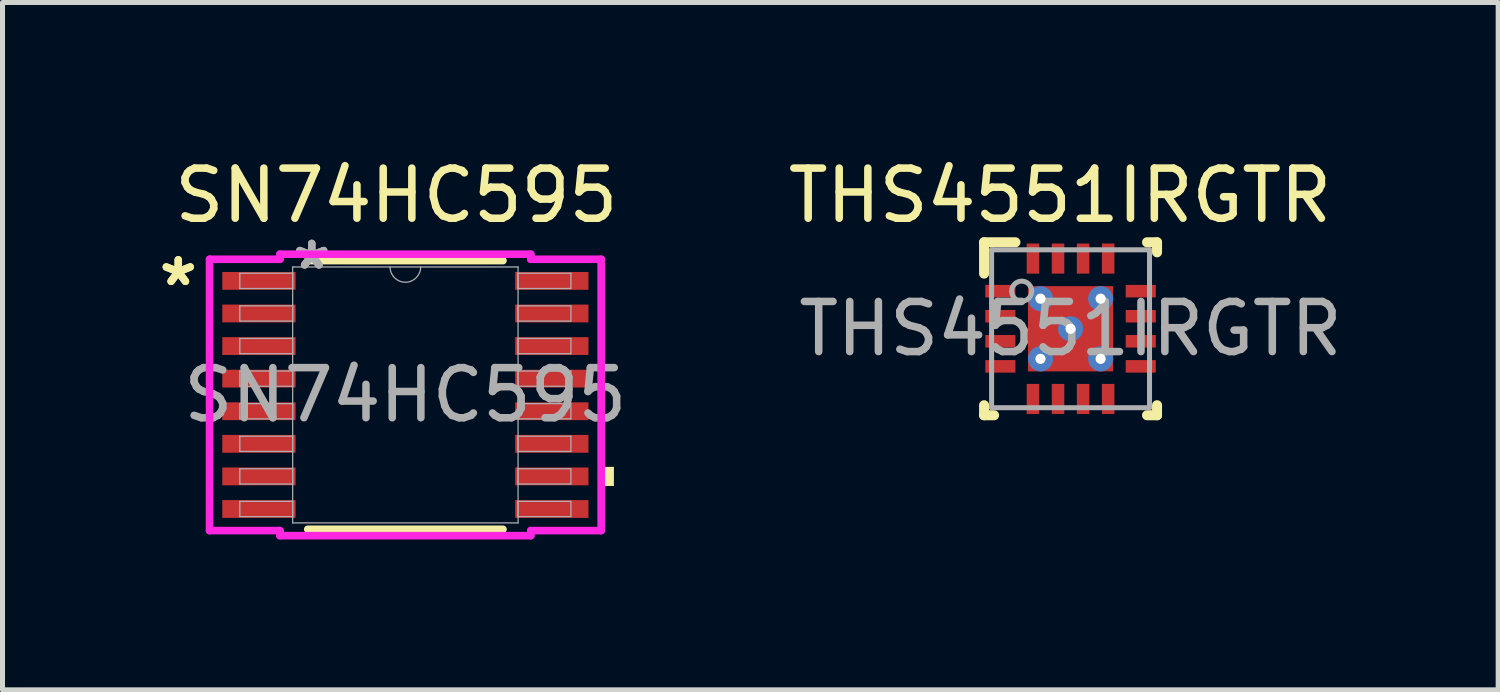
<source format=kicad_pcb>
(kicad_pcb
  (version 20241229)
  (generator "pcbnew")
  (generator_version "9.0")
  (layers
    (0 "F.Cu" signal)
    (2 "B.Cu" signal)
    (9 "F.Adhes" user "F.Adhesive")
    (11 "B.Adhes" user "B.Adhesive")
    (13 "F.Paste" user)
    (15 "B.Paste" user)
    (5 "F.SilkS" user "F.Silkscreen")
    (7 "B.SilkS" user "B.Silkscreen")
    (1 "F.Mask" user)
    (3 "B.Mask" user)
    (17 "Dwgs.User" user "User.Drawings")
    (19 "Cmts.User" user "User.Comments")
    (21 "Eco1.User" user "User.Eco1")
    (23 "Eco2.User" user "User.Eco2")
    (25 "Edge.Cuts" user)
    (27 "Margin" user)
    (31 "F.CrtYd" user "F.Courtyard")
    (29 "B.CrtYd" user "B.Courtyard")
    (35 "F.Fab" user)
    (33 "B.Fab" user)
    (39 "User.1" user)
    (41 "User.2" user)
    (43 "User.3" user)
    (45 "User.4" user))
  (footprint "THS4551IRGTR"
    (layer "F.Cu")
    (at 18.305 3.508)
    (property "Reference" "THS4551IRGTR" (at -0.21 -2.66 0) (unlocked yes) (layer "F.SilkS") (effects (font (size 1 1) (thickness 0.15))))
    (attr smd)
    (fp_line (start -1.725 -1.725) (end -1.1 -1.725) (stroke (width 0.2) (type solid)) (layer "F.SilkS"))
    (fp_line (start -1.725 -1.1) (end -1.725 -1.725) (stroke (width 0.2) (type solid)) (layer "F.SilkS"))
    (fp_line (start -1.725 1.725) (end -1.725 1.525) (stroke (width 0.2) (type solid)) (layer "F.SilkS"))
    (fp_line (start -1.725 1.725) (end -1.525 1.725) (stroke (width 0.2) (type solid)) (layer "F.SilkS"))
    (fp_line (start 1.525 -1.725) (end 1.725 -1.725) (stroke (width 0.2) (type solid)) (layer "F.SilkS"))
    (fp_line (start 1.525 1.725) (end 1.725 1.725) (stroke (width 0.2) (type solid)) (layer "F.SilkS"))
    (fp_line (start 1.725 -1.525) (end 1.725 -1.725) (stroke (width 0.2) (type solid)) (layer "F.SilkS"))
    (fp_line (start 1.725 1.725) (end 1.725 1.525) (stroke (width 0.2) (type solid)) (layer "F.SilkS"))
    (fp_poly (pts (xy -0.775 0.729) (xy -0.775 -0.729) (xy -0.774 -0.738) (xy -0.771 -0.746) (xy -0.767 -0.754) (xy -0.761 -0.761) (xy -0.754 -0.767) (xy -0.746 -0.771) (xy -0.738 -0.774) (xy -0.729 -0.775) (xy 0.729 -0.775) (xy 0.738 -0.774) (xy 0.746 -0.771) (xy 0.754 -0.767) (xy 0.761 -0.761) (xy 0.767 -0.754) (xy 0.771 -0.746) (xy 0.774 -0.738) (xy 0.775 -0.729) (xy 0.775 0.729) (xy 0.774 0.738) (xy 0.771 0.746) (xy 0.767 0.754) (xy 0.761 0.761) (xy 0.754 0.767) (xy 0.746 0.771) (xy 0.738 0.774) (xy 0.729 0.775) (xy -0.729 0.775) (xy -0.738 0.774) (xy -0.746 0.771) (xy -0.754 0.767) (xy -0.761 0.761) (xy -0.767 0.754) (xy -0.771 0.746) (xy -0.774 0.738)) (stroke (width 0) (type solid)) (fill yes) (layer "F.Paste"))
    (fp_line (start -1.575 -1.575) (end 1.575 -1.575) (stroke (width 0.1) (type solid)) (layer "F.Fab"))
    (fp_line (start -1.575 1.575) (end -1.575 -1.575) (stroke (width 0.1) (type solid)) (layer "F.Fab"))
    (fp_line (start -1.575 1.575) (end 1.575 1.575) (stroke (width 0.1) (type solid)) (layer "F.Fab"))
    (fp_line (start 1.575 1.575) (end 1.575 -1.575) (stroke (width 0.1) (type solid)) (layer "F.Fab"))
    (fp_circle (center -0.975 -0.75) (end -0.775 -0.75) (stroke (width 0.1) (type solid)) (fill no) (layer "F.Fab"))
    (fp_text user "${REFERENCE}" (at 0 0 0) (unlocked yes) (layer "F.Fab") (effects (font (size 1 1) (thickness 0.15))))
    (pad "1" smd rect (at -1.4 -0.75 90) (size 0.25 0.6) (layers "F.Cu" "F.Mask" "F.Paste"))
    (pad "2" smd rect (at -1.4 -0.25 90) (size 0.25 0.6) (layers "F.Cu" "F.Mask" "F.Paste"))
    (pad "3" smd rect (at -1.4 0.25 90) (size 0.25 0.6) (layers "F.Cu" "F.Mask" "F.Paste"))
    (pad "4" smd rect (at -1.4 0.75 90) (size 0.25 0.6) (layers "F.Cu" "F.Mask" "F.Paste"))
    (pad "5" smd rect (at -0.75 1.4) (size 0.25 0.6) (layers "F.Cu" "F.Mask" "F.Paste"))
    (pad "6" smd rect (at -0.25 1.4) (size 0.25 0.6) (layers "F.Cu" "F.Mask" "F.Paste"))
    (pad "7" smd rect (at 0.25 1.4) (size 0.25 0.6) (layers "F.Cu" "F.Mask" "F.Paste"))
    (pad "8" smd rect (at 0.75 1.4) (size 0.25 0.6) (layers "F.Cu" "F.Mask" "F.Paste"))
    (pad "9" smd rect (at 1.4 0.75 90) (size 0.25 0.6) (layers "F.Cu" "F.Mask" "F.Paste"))
    (pad "10" smd rect (at 1.4 0.25 90) (size 0.25 0.6) (layers "F.Cu" "F.Mask" "F.Paste"))
    (pad "11" smd rect (at 1.4 -0.25 90) (size 0.25 0.6) (layers "F.Cu" "F.Mask" "F.Paste"))
    (pad "12" smd rect (at 1.4 -0.75 90) (size 0.25 0.6) (layers "F.Cu" "F.Mask" "F.Paste"))
    (pad "13" smd rect (at 0.75 -1.4) (size 0.25 0.6) (layers "F.Cu" "F.Mask" "F.Paste"))
    (pad "14" smd rect (at 0.25 -1.4) (size 0.25 0.6) (layers "F.Cu" "F.Mask" "F.Paste"))
    (pad "15" smd rect (at -0.25 -1.4) (size 0.25 0.6) (layers "F.Cu" "F.Mask" "F.Paste"))
    (pad "16" smd rect (at -0.75 -1.4) (size 0.25 0.6) (layers "F.Cu" "F.Mask" "F.Paste"))
    (pad "17" smd rect (at 0.000003 0) (size 1.7 1.7) (layers "F.Cu" "F.Mask"))
    (pad "V" thru_hole circle (at -0.6 -0.6) (size 0.5 0.5) (drill 0.203) (layers "*.Cu" "*.Mask"))
    (pad "V" thru_hole circle (at -0.6 0.6) (size 0.5 0.5) (drill 0.203) (layers "*.Cu" "*.Mask"))
    (pad "V" thru_hole circle (at 0 0) (size 0.5 0.5) (drill 0.203) (layers "*.Cu" "*.Mask"))
    (pad "V" thru_hole circle (at 0.6 -0.6) (size 0.5 0.5) (drill 0.203) (layers "*.Cu" "*.Mask"))
    (pad "V" thru_hole circle (at 0.6 0.6) (size 0.5 0.5) (drill 0.203) (layers "*.Cu" "*.Mask")))
  (footprint "SN74HC595"
    (layer "F.Cu")
    (at 5.036 4.828)
    (property "Reference" "SN74HC595" (at -0.18 -3.98 0) (unlocked yes) (layer "F.SilkS") (effects (font (size 1 1) (thickness 0.15))))
    (attr smd)
    (fp_line (start -1.947 2.68) (end 1.947 2.68) (stroke (width 0.152) (type solid)) (layer "F.SilkS"))
    (fp_line (start 1.947 -2.68) (end -1.947 -2.68) (stroke (width 0.152) (type solid)) (layer "F.SilkS"))
    (fp_poly (pts (xy 4.16 1.435) (xy 4.16 1.816) (xy 3.906 1.816) (xy 3.906 1.435)) (stroke (width 0) (type solid)) (fill yes) (layer "F.SilkS"))
    (fp_line (start -3.906 -2.706) (end -2.502 -2.706) (stroke (width 0.152) (type solid)) (layer "F.CrtYd"))
    (fp_line (start -3.906 2.706) (end -3.906 -2.706) (stroke (width 0.152) (type solid)) (layer "F.CrtYd"))
    (fp_line (start -3.906 2.706) (end -2.502 2.706) (stroke (width 0.152) (type solid)) (layer "F.CrtYd"))
    (fp_line (start -2.502 -2.807) (end 2.502 -2.807) (stroke (width 0.152) (type solid)) (layer "F.CrtYd"))
    (fp_line (start -2.502 -2.706) (end -2.502 -2.807) (stroke (width 0.152) (type solid)) (layer "F.CrtYd"))
    (fp_line (start -2.502 2.807) (end -2.502 2.706) (stroke (width 0.152) (type solid)) (layer "F.CrtYd"))
    (fp_line (start 2.502 -2.807) (end 2.502 -2.706) (stroke (width 0.152) (type solid)) (layer "F.CrtYd"))
    (fp_line (start 2.502 2.706) (end 2.502 2.807) (stroke (width 0.152) (type solid)) (layer "F.CrtYd"))
    (fp_line (start 2.502 2.807) (end -2.502 2.807) (stroke (width 0.152) (type solid)) (layer "F.CrtYd"))
    (fp_line (start 3.906 -2.706) (end 2.502 -2.706) (stroke (width 0.152) (type solid)) (layer "F.CrtYd"))
    (fp_line (start 3.906 -2.706) (end 3.906 2.706) (stroke (width 0.152) (type solid)) (layer "F.CrtYd"))
    (fp_line (start 3.906 2.706) (end 2.502 2.706) (stroke (width 0.152) (type solid)) (layer "F.CrtYd"))
    (fp_line (start -3.302 -2.427) (end -3.302 -2.123) (stroke (width 0.025) (type solid)) (layer "F.Fab"))
    (fp_line (start -3.302 -2.123) (end -2.248 -2.123) (stroke (width 0.025) (type solid)) (layer "F.Fab"))
    (fp_line (start -3.302 -1.777) (end -3.302 -1.473) (stroke (width 0.025) (type solid)) (layer "F.Fab"))
    (fp_line (start -3.302 -1.473) (end -2.248 -1.473) (stroke (width 0.025) (type solid)) (layer "F.Fab"))
    (fp_line (start -3.302 -1.127) (end -3.302 -0.823) (stroke (width 0.025) (type solid)) (layer "F.Fab"))
    (fp_line (start -3.302 -0.823) (end -2.248 -0.823) (stroke (width 0.025) (type solid)) (layer "F.Fab"))
    (fp_line (start -3.302 -0.477) (end -3.302 -0.173) (stroke (width 0.025) (type solid)) (layer "F.Fab"))
    (fp_line (start -3.302 -0.173) (end -2.248 -0.173) (stroke (width 0.025) (type solid)) (layer "F.Fab"))
    (fp_line (start -3.302 0.173) (end -3.302 0.477) (stroke (width 0.025) (type solid)) (layer "F.Fab"))
    (fp_line (start -3.302 0.477) (end -2.248 0.477) (stroke (width 0.025) (type solid)) (layer "F.Fab"))
    (fp_line (start -3.302 0.823) (end -3.302 1.127) (stroke (width 0.025) (type solid)) (layer "F.Fab"))
    (fp_line (start -3.302 1.127) (end -2.248 1.127) (stroke (width 0.025) (type solid)) (layer "F.Fab"))
    (fp_line (start -3.302 1.473) (end -3.302 1.777) (stroke (width 0.025) (type solid)) (layer "F.Fab"))
    (fp_line (start -3.302 1.777) (end -2.248 1.777) (stroke (width 0.025) (type solid)) (layer "F.Fab"))
    (fp_line (start -3.302 2.123) (end -3.302 2.427) (stroke (width 0.025) (type solid)) (layer "F.Fab"))
    (fp_line (start -3.302 2.427) (end -2.248 2.427) (stroke (width 0.025) (type solid)) (layer "F.Fab"))
    (fp_line (start -2.248 -2.553) (end -2.248 2.553) (stroke (width 0.025) (type solid)) (layer "F.Fab"))
    (fp_line (start -2.248 -2.427) (end -3.302 -2.427) (stroke (width 0.025) (type solid)) (layer "F.Fab"))
    (fp_line (start -2.248 -2.123) (end -2.248 -2.427) (stroke (width 0.025) (type solid)) (layer "F.Fab"))
    (fp_line (start -2.248 -1.777) (end -3.302 -1.777) (stroke (width 0.025) (type solid)) (layer "F.Fab"))
    (fp_line (start -2.248 -1.473) (end -2.248 -1.777) (stroke (width 0.025) (type solid)) (layer "F.Fab"))
    (fp_line (start -2.248 -1.127) (end -3.302 -1.127) (stroke (width 0.025) (type solid)) (layer "F.Fab"))
    (fp_line (start -2.248 -0.823) (end -2.248 -1.127) (stroke (width 0.025) (type solid)) (layer "F.Fab"))
    (fp_line (start -2.248 -0.477) (end -3.302 -0.477) (stroke (width 0.025) (type solid)) (layer "F.Fab"))
    (fp_line (start -2.248 -0.173) (end -2.248 -0.477) (stroke (width 0.025) (type solid)) (layer "F.Fab"))
    (fp_line (start -2.248 0.173) (end -3.302 0.173) (stroke (width 0.025) (type solid)) (layer "F.Fab"))
    (fp_line (start -2.248 0.477) (end -2.248 0.173) (stroke (width 0.025) (type solid)) (layer "F.Fab"))
    (fp_line (start -2.248 0.823) (end -3.302 0.823) (stroke (width 0.025) (type solid)) (layer "F.Fab"))
    (fp_line (start -2.248 1.127) (end -2.248 0.823) (stroke (width 0.025) (type solid)) (layer "F.Fab"))
    (fp_line (start -2.248 1.473) (end -3.302 1.473) (stroke (width 0.025) (type solid)) (layer "F.Fab"))
    (fp_line (start -2.248 1.777) (end -2.248 1.473) (stroke (width 0.025) (type solid)) (layer "F.Fab"))
    (fp_line (start -2.248 2.123) (end -3.302 2.123) (stroke (width 0.025) (type solid)) (layer "F.Fab"))
    (fp_line (start -2.248 2.427) (end -2.248 2.123) (stroke (width 0.025) (type solid)) (layer "F.Fab"))
    (fp_line (start -2.248 2.553) (end 2.248 2.553) (stroke (width 0.025) (type solid)) (layer "F.Fab"))
    (fp_line (start 2.248 -2.553) (end -2.248 -2.553) (stroke (width 0.025) (type solid)) (layer "F.Fab"))
    (fp_line (start 2.248 -2.427) (end 2.248 -2.123) (stroke (width 0.025) (type solid)) (layer "F.Fab"))
    (fp_line (start 2.248 -2.123) (end 3.302 -2.123) (stroke (width 0.025) (type solid)) (layer "F.Fab"))
    (fp_line (start 2.248 -1.777) (end 2.248 -1.473) (stroke (width 0.025) (type solid)) (layer "F.Fab"))
    (fp_line (start 2.248 -1.473) (end 3.302 -1.473) (stroke (width 0.025) (type solid)) (layer "F.Fab"))
    (fp_line (start 2.248 -1.127) (end 2.248 -0.823) (stroke (width 0.025) (type solid)) (layer "F.Fab"))
    (fp_line (start 2.248 -0.823) (end 3.302 -0.823) (stroke (width 0.025) (type solid)) (layer "F.Fab"))
    (fp_line (start 2.248 -0.477) (end 2.248 -0.173) (stroke (width 0.025) (type solid)) (layer "F.Fab"))
    (fp_line (start 2.248 -0.173) (end 3.302 -0.173) (stroke (width 0.025) (type solid)) (layer "F.Fab"))
    (fp_line (start 2.248 0.173) (end 2.248 0.477) (stroke (width 0.025) (type solid)) (layer "F.Fab"))
    (fp_line (start 2.248 0.477) (end 3.302 0.477) (stroke (width 0.025) (type solid)) (layer "F.Fab"))
    (fp_line (start 2.248 0.823) (end 2.248 1.127) (stroke (width 0.025) (type solid)) (layer "F.Fab"))
    (fp_line (start 2.248 1.127) (end 3.302 1.127) (stroke (width 0.025) (type solid)) (layer "F.Fab"))
    (fp_line (start 2.248 1.473) (end 2.248 1.777) (stroke (width 0.025) (type solid)) (layer "F.Fab"))
    (fp_line (start 2.248 1.777) (end 3.302 1.777) (stroke (width 0.025) (type solid)) (layer "F.Fab"))
    (fp_line (start 2.248 2.123) (end 2.248 2.427) (stroke (width 0.025) (type solid)) (layer "F.Fab"))
    (fp_line (start 2.248 2.427) (end 3.302 2.427) (stroke (width 0.025) (type solid)) (layer "F.Fab"))
    (fp_line (start 2.248 2.553) (end 2.248 -2.553) (stroke (width 0.025) (type solid)) (layer "F.Fab"))
    (fp_line (start 3.302 -2.427) (end 2.248 -2.427) (stroke (width 0.025) (type solid)) (layer "F.Fab"))
    (fp_line (start 3.302 -2.123) (end 3.302 -2.427) (stroke (width 0.025) (type solid)) (layer "F.Fab"))
    (fp_line (start 3.302 -1.777) (end 2.248 -1.777) (stroke (width 0.025) (type solid)) (layer "F.Fab"))
    (fp_line (start 3.302 -1.473) (end 3.302 -1.777) (stroke (width 0.025) (type solid)) (layer "F.Fab"))
    (fp_line (start 3.302 -1.127) (end 2.248 -1.127) (stroke (width 0.025) (type solid)) (layer "F.Fab"))
    (fp_line (start 3.302 -0.823) (end 3.302 -1.127) (stroke (width 0.025) (type solid)) (layer "F.Fab"))
    (fp_line (start 3.302 -0.477) (end 2.248 -0.477) (stroke (width 0.025) (type solid)) (layer "F.Fab"))
    (fp_line (start 3.302 -0.173) (end 3.302 -0.477) (stroke (width 0.025) (type solid)) (layer "F.Fab"))
    (fp_line (start 3.302 0.173) (end 2.248 0.173) (stroke (width 0.025) (type solid)) (layer "F.Fab"))
    (fp_line (start 3.302 0.477) (end 3.302 0.173) (stroke (width 0.025) (type solid)) (layer "F.Fab"))
    (fp_line (start 3.302 0.823) (end 2.248 0.823) (stroke (width 0.025) (type solid)) (layer "F.Fab"))
    (fp_line (start 3.302 1.127) (end 3.302 0.823) (stroke (width 0.025) (type solid)) (layer "F.Fab"))
    (fp_line (start 3.302 1.473) (end 2.248 1.473) (stroke (width 0.025) (type solid)) (layer "F.Fab"))
    (fp_line (start 3.302 1.777) (end 3.302 1.473) (stroke (width 0.025) (type solid)) (layer "F.Fab"))
    (fp_line (start 3.302 2.123) (end 2.248 2.123) (stroke (width 0.025) (type solid)) (layer "F.Fab"))
    (fp_line (start 3.302 2.427) (end 3.302 2.123) (stroke (width 0.025) (type solid)) (layer "F.Fab"))
    (fp_arc (start 0.3048 -2.5527) (mid 0 -2.2479) (end -0.3048 -2.5527) (stroke (width 0.0254) (type solid)) (layer "F.Fab"))
    (fp_text user "*" (at -4.53 -2.15 0) (unlocked yes) (layer "F.SilkS") (effects (font (size 1 1) (thickness 0.15))))
    (fp_text user "*" (at -4.53 -2.15 0) (layer "F.SilkS") (effects (font (size 1 1) (thickness 0.15))))
    (fp_text user "*" (at -1.867 -2.477 0) (unlocked yes) (layer "F.Fab") (effects (font (size 1 1) (thickness 0.15))))
    (fp_text user "${REFERENCE}" (at 0 0 0) (unlocked yes) (layer "F.Fab") (effects (font (size 1 1) (thickness 0.15))))
    (fp_text user "*" (at -1.867 -2.477 0) (layer "F.Fab") (effects (font (size 1 1) (thickness 0.15))))
    (pad "1" smd rect (at -2.921 -2.275) (size 1.462 0.355) (layers "F.Cu" "F.Mask" "F.Paste"))
    (pad "2" smd rect (at -2.921 -1.625) (size 1.462 0.355) (layers "F.Cu" "F.Mask" "F.Paste"))
    (pad "3" smd rect (at -2.921 -0.975) (size 1.462 0.355) (layers "F.Cu" "F.Mask" "F.Paste"))
    (pad "4" smd rect (at -2.921 -0.325) (size 1.462 0.355) (layers "F.Cu" "F.Mask" "F.Paste"))
    (pad "5" smd rect (at -2.921 0.325) (size 1.462 0.355) (layers "F.Cu" "F.Mask" "F.Paste"))
    (pad "6" smd rect (at -2.921 0.975) (size 1.462 0.355) (layers "F.Cu" "F.Mask" "F.Paste"))
    (pad "7" smd rect (at -2.921 1.625) (size 1.462 0.355) (layers "F.Cu" "F.Mask" "F.Paste"))
    (pad "8" smd rect (at -2.921 2.275) (size 1.462 0.355) (layers "F.Cu" "F.Mask" "F.Paste"))
    (pad "9" smd rect (at 2.921 2.275) (size 1.462 0.355) (layers "F.Cu" "F.Mask" "F.Paste"))
    (pad "10" smd rect (at 2.921 1.625) (size 1.462 0.355) (layers "F.Cu" "F.Mask" "F.Paste"))
    (pad "11" smd rect (at 2.921 0.975) (size 1.462 0.355) (layers "F.Cu" "F.Mask" "F.Paste"))
    (pad "12" smd rect (at 2.921 0.325) (size 1.462 0.355) (layers "F.Cu" "F.Mask" "F.Paste"))
    (pad "13" smd rect (at 2.921 -0.325) (size 1.462 0.355) (layers "F.Cu" "F.Mask" "F.Paste"))
    (pad "14" smd rect (at 2.921 -0.975) (size 1.462 0.355) (layers "F.Cu" "F.Mask" "F.Paste"))
    (pad "15" smd rect (at 2.921 -1.625) (size 1.462 0.355) (layers "F.Cu" "F.Mask" "F.Paste"))
    (pad "16" smd rect (at 2.921 -2.275) (size 1.462 0.355) (layers "F.Cu" "F.Mask" "F.Paste")))
  (gr_rect
    (start -3 -3)
    (end 26.835 10.711)
    (stroke (width 0.1) (type default))
    (fill no)
    (layer "Edge.Cuts")))
</source>
